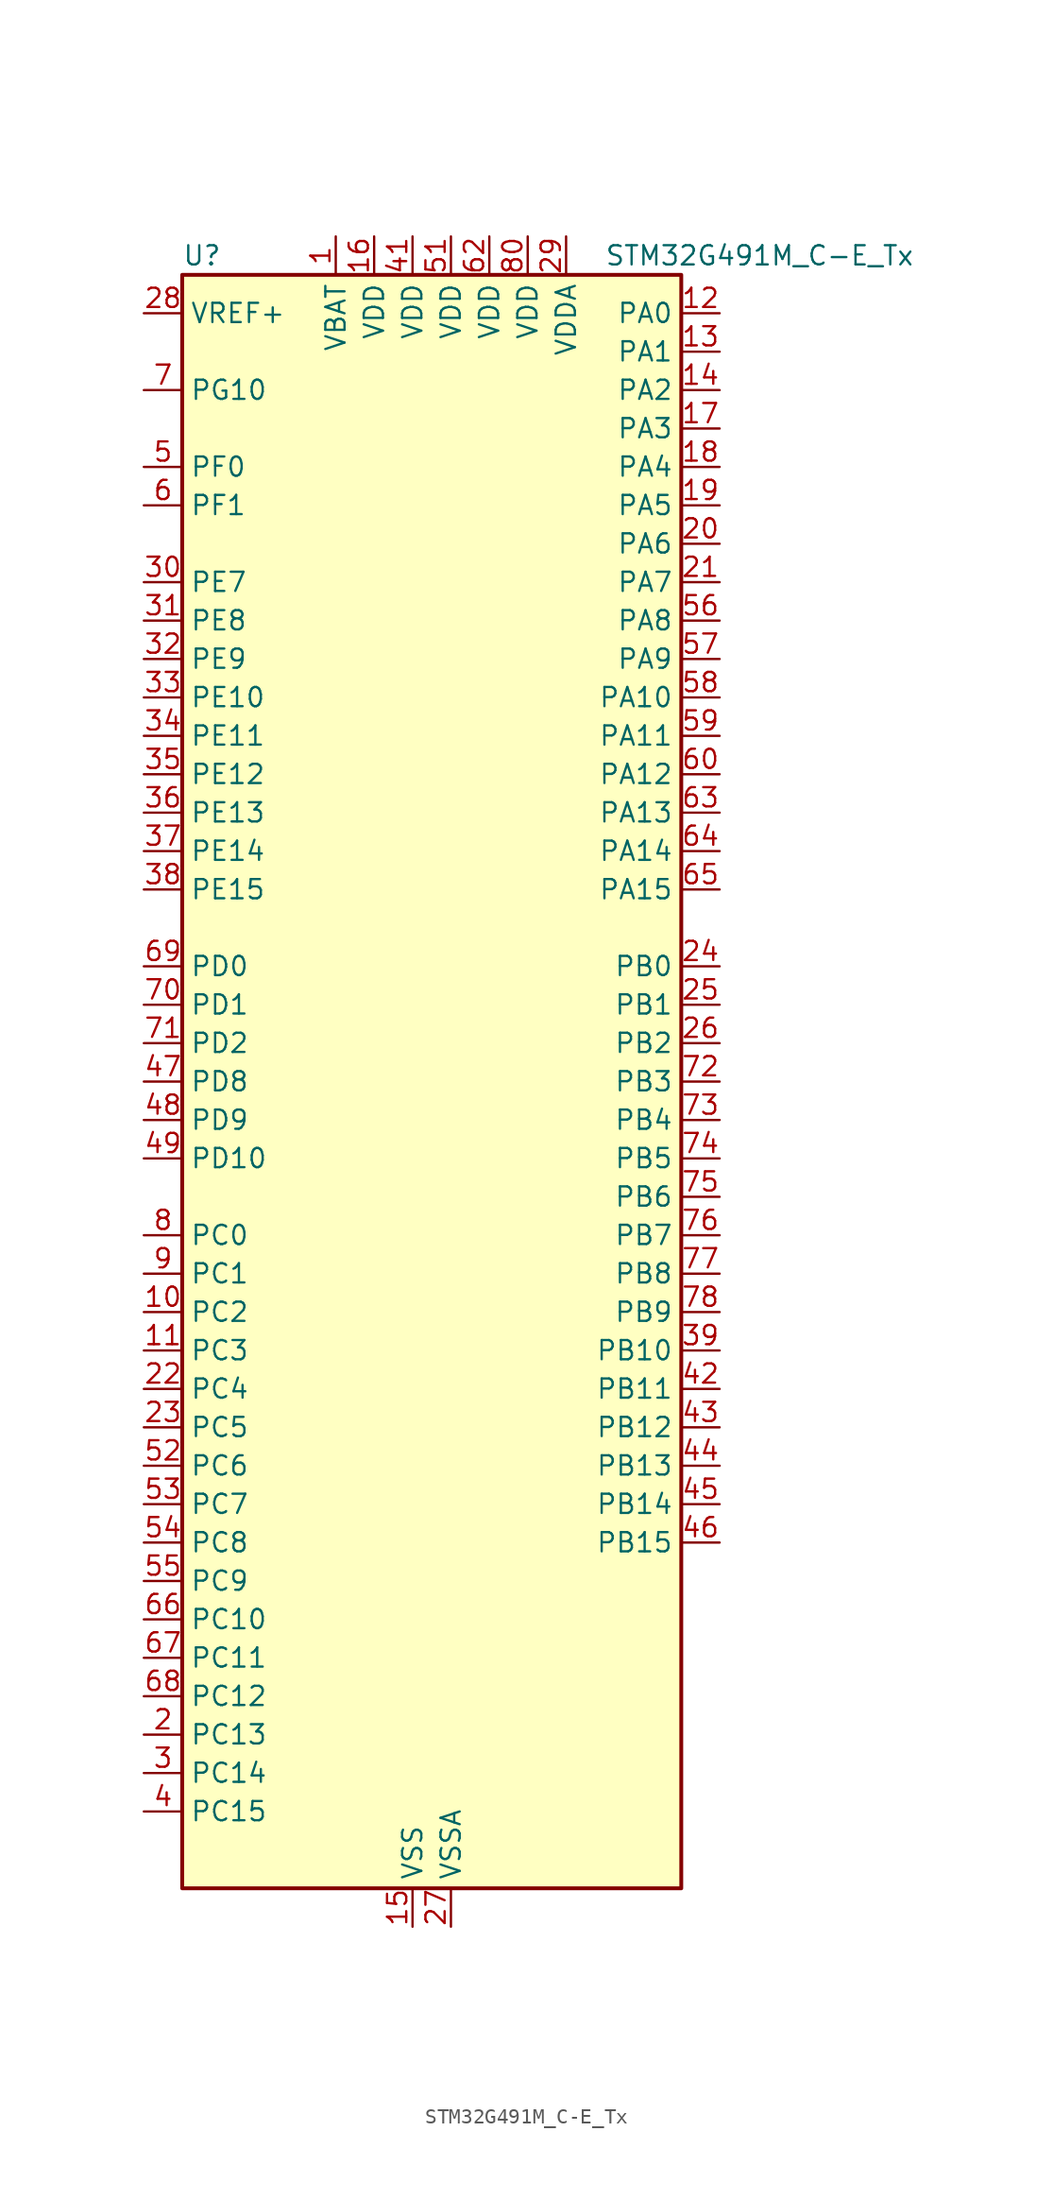
<source format=kicad_sym>
(kicad_symbol_lib
  (version 20220914)
  (generator kicad_symbol_editor)
  (symbol "STM32G491M_C-E_Tx"
    (property "Reference" "U"
      (at -15.24 54.61 0)
      (effects (font (size 1.27 1.27)) (justify left)))
    (property "Value" "STM32G491M_C-E_Tx"
      (at 12.7 54.61 0)
      (effects (font (size 1.27 1.27)) (justify left)))
    (property "ki_locked" ""
      (at 0 0 0)
      (effects (font (size 1.27 1.27))))
    (symbol "STM32G491M_C-E_Tx_0_1"
      (rectangle (start -15.24 -53.34) (end 17.78 53.34) (stroke (width 0.254) (type default)) (fill (type background))))
    (symbol "STM32G491M_C-E_Tx_1_1"
      (pin power_in line (at -5.08 55.88 270) (length 2.54) (name "VBAT" (effects (font (size 1.27 1.27)))) (number "1" (effects (font (size 1.27 1.27)))))
      (pin bidirectional line (at -17.78 -15.24 0) (length 2.54) (name "PC2" (effects (font (size 1.27 1.27)))) (number "10" (effects (font (size 1.27 1.27)))) (alternate "ADC1_IN8" bidirectional line) (alternate "ADC2_IN8" bidirectional line) (alternate "ADC3_EXTI2" bidirectional line) (alternate "COMP3_OUT" bidirectional line) (alternate "LPTIM1_IN2" bidirectional line) (alternate "QUADSPI1_BK2_IO1" bidirectional line) (alternate "TIM1_CH3" bidirectional line) (alternate "TIM20_CH2" bidirectional line))
      (pin bidirectional line (at -17.78 -17.78 0) (length 2.54) (name "PC3" (effects (font (size 1.27 1.27)))) (number "11" (effects (font (size 1.27 1.27)))) (alternate "ADC1_IN9" bidirectional line) (alternate "ADC2_IN9" bidirectional line) (alternate "ADC3_EXTI3" bidirectional line) (alternate "LPTIM1_ETR" bidirectional line) (alternate "QUADSPI1_BK2_IO2" bidirectional line) (alternate "SAI1_D1" bidirectional line) (alternate "SAI1_SD_A" bidirectional line) (alternate "TIM1_BKIN2" bidirectional line) (alternate "TIM1_CH4" bidirectional line))
      (pin bidirectional line (at 20.32 50.8 180) (length 2.54) (name "PA0" (effects (font (size 1.27 1.27)))) (number "12" (effects (font (size 1.27 1.27)))) (alternate "ADC1_IN1" bidirectional line) (alternate "ADC2_IN1" bidirectional line) (alternate "COMP1_INM" bidirectional line) (alternate "COMP1_OUT" bidirectional line) (alternate "COMP3_INP" bidirectional line) (alternate "RTC_TAMP2" bidirectional line) (alternate "SYS_WKUP1" bidirectional line) (alternate "TIM2_CH1" bidirectional line) (alternate "TIM2_ETR" bidirectional line) (alternate "TIM8_BKIN" bidirectional line) (alternate "TIM8_ETR" bidirectional line) (alternate "USART2_CTS" bidirectional line) (alternate "USART2_NSS" bidirectional line))
      (pin bidirectional line (at 20.32 48.26 180) (length 2.54) (name "PA1" (effects (font (size 1.27 1.27)))) (number "13" (effects (font (size 1.27 1.27)))) (alternate "ADC1_IN2" bidirectional line) (alternate "ADC2_IN2" bidirectional line) (alternate "COMP1_INP" bidirectional line) (alternate "OPAMP1_VINP" bidirectional line) (alternate "OPAMP1_VINP_SEC" bidirectional line) (alternate "OPAMP3_VINP" bidirectional line) (alternate "OPAMP3_VINP_SEC" bidirectional line) (alternate "OPAMP6_VINM" bidirectional line) (alternate "OPAMP6_VINM0" bidirectional line) (alternate "OPAMP6_VINM_SEC" bidirectional line) (alternate "RTC_REFIN" bidirectional line) (alternate "TIM15_CH1N" bidirectional line) (alternate "TIM2_CH2" bidirectional line) (alternate "USART2_DE" bidirectional line) (alternate "USART2_RTS" bidirectional line))
      (pin bidirectional line (at 20.32 45.72 180) (length 2.54) (name "PA2" (effects (font (size 1.27 1.27)))) (number "14" (effects (font (size 1.27 1.27)))) (alternate "ADC1_IN3" bidirectional line) (alternate "ADC3_EXTI2" bidirectional line) (alternate "COMP2_INM" bidirectional line) (alternate "COMP2_OUT" bidirectional line) (alternate "LPUART1_TX" bidirectional line) (alternate "OPAMP1_VOUT" bidirectional line) (alternate "QUADSPI1_BK1_NCS" bidirectional line) (alternate "RCC_LSCO" bidirectional line) (alternate "SYS_WKUP4" bidirectional line) (alternate "TIM15_CH1" bidirectional line) (alternate "TIM2_CH3" bidirectional line) (alternate "UCPD1_FRSTX1" bidirectional line) (alternate "UCPD1_FRSTX2" bidirectional line) (alternate "USART2_TX" bidirectional line))
      (pin power_in line (at 0 -55.88 90) (length 2.54) (name "VSS" (effects (font (size 1.27 1.27)))) (number "15" (effects (font (size 1.27 1.27)))))
      (pin power_in line (at -2.54 55.88 270) (length 2.54) (name "VDD" (effects (font (size 1.27 1.27)))) (number "16" (effects (font (size 1.27 1.27)))))
      (pin bidirectional line (at 20.32 43.18 180) (length 2.54) (name "PA3" (effects (font (size 1.27 1.27)))) (number "17" (effects (font (size 1.27 1.27)))) (alternate "ADC1_IN4" bidirectional line) (alternate "ADC3_EXTI3" bidirectional line) (alternate "COMP2_INP" bidirectional line) (alternate "LPUART1_RX" bidirectional line) (alternate "OPAMP1_VINM" bidirectional line) (alternate "OPAMP1_VINM0" bidirectional line) (alternate "OPAMP1_VINM_SEC" bidirectional line) (alternate "OPAMP1_VINP" bidirectional line) (alternate "OPAMP1_VINP_SEC" bidirectional line) (alternate "QUADSPI1_CLK" bidirectional line) (alternate "SAI1_CK1" bidirectional line) (alternate "SAI1_MCLK_A" bidirectional line) (alternate "TIM15_CH2" bidirectional line) (alternate "TIM2_CH4" bidirectional line) (alternate "USART2_RX" bidirectional line))
      (pin bidirectional line (at 20.32 40.64 180) (length 2.54) (name "PA4" (effects (font (size 1.27 1.27)))) (number "18" (effects (font (size 1.27 1.27)))) (alternate "ADC2_IN17" bidirectional line) (alternate "COMP1_INM" bidirectional line) (alternate "DAC1_OUT1" bidirectional line) (alternate "I2S3_WS" bidirectional line) (alternate "SAI1_FS_B" bidirectional line) (alternate "SPI1_NSS" bidirectional line) (alternate "SPI3_NSS" bidirectional line) (alternate "TIM3_CH2" bidirectional line) (alternate "USART2_CK" bidirectional line))
      (pin bidirectional line (at 20.32 38.1 180) (length 2.54) (name "PA5" (effects (font (size 1.27 1.27)))) (number "19" (effects (font (size 1.27 1.27)))) (alternate "ADC2_IN13" bidirectional line) (alternate "COMP2_INM" bidirectional line) (alternate "DAC1_OUT2" bidirectional line) (alternate "OPAMP2_VINM" bidirectional line) (alternate "OPAMP2_VINM0" bidirectional line) (alternate "OPAMP2_VINM_SEC" bidirectional line) (alternate "SPI1_SCK" bidirectional line) (alternate "TIM2_CH1" bidirectional line) (alternate "TIM2_ETR" bidirectional line) (alternate "UCPD1_FRSTX1" bidirectional line) (alternate "UCPD1_FRSTX2" bidirectional line))
      (pin bidirectional line (at -17.78 -43.18 0) (length 2.54) (name "PC13" (effects (font (size 1.27 1.27)))) (number "2" (effects (font (size 1.27 1.27)))) (alternate "RTC_OUT1" bidirectional line) (alternate "RTC_TAMP1" bidirectional line) (alternate "RTC_TS" bidirectional line) (alternate "SYS_WKUP2" bidirectional line) (alternate "TIM1_BKIN" bidirectional line) (alternate "TIM1_CH1N" bidirectional line) (alternate "TIM8_CH4N" bidirectional line))
      (pin bidirectional line (at 20.32 35.56 180) (length 2.54) (name "PA6" (effects (font (size 1.27 1.27)))) (number "20" (effects (font (size 1.27 1.27)))) (alternate "ADC2_IN3" bidirectional line) (alternate "COMP1_OUT" bidirectional line) (alternate "LPUART1_CTS" bidirectional line) (alternate "OPAMP2_VOUT" bidirectional line) (alternate "QUADSPI1_BK1_IO3" bidirectional line) (alternate "SPI1_MISO" bidirectional line) (alternate "TIM16_CH1" bidirectional line) (alternate "TIM1_BKIN" bidirectional line) (alternate "TIM3_CH1" bidirectional line) (alternate "TIM8_BKIN" bidirectional line))
      (pin bidirectional line (at 20.32 33.02 180) (length 2.54) (name "PA7" (effects (font (size 1.27 1.27)))) (number "21" (effects (font (size 1.27 1.27)))) (alternate "ADC2_IN4" bidirectional line) (alternate "COMP2_INP" bidirectional line) (alternate "COMP2_OUT" bidirectional line) (alternate "OPAMP1_VINP" bidirectional line) (alternate "OPAMP1_VINP_SEC" bidirectional line) (alternate "OPAMP2_VINP" bidirectional line) (alternate "OPAMP2_VINP_SEC" bidirectional line) (alternate "QUADSPI1_BK1_IO2" bidirectional line) (alternate "SPI1_MOSI" bidirectional line) (alternate "TIM17_CH1" bidirectional line) (alternate "TIM1_CH1N" bidirectional line) (alternate "TIM3_CH2" bidirectional line) (alternate "TIM8_CH1N" bidirectional line) (alternate "UCPD1_FRSTX1" bidirectional line) (alternate "UCPD1_FRSTX2" bidirectional line))
      (pin bidirectional line (at -17.78 -20.32 0) (length 2.54) (name "PC4" (effects (font (size 1.27 1.27)))) (number "22" (effects (font (size 1.27 1.27)))) (alternate "ADC2_IN5" bidirectional line) (alternate "I2C2_SCL" bidirectional line) (alternate "QUADSPI1_BK2_IO3" bidirectional line) (alternate "TIM1_ETR" bidirectional line) (alternate "USART1_TX" bidirectional line))
      (pin bidirectional line (at -17.78 -22.86 0) (length 2.54) (name "PC5" (effects (font (size 1.27 1.27)))) (number "23" (effects (font (size 1.27 1.27)))) (alternate "ADC2_IN11" bidirectional line) (alternate "OPAMP1_VINM" bidirectional line) (alternate "OPAMP1_VINM1" bidirectional line) (alternate "OPAMP1_VINM_SEC" bidirectional line) (alternate "OPAMP2_VINM" bidirectional line) (alternate "OPAMP2_VINM1" bidirectional line) (alternate "OPAMP2_VINM_SEC" bidirectional line) (alternate "SAI1_D3" bidirectional line) (alternate "SYS_WKUP5" bidirectional line) (alternate "TIM15_BKIN" bidirectional line) (alternate "TIM1_CH4N" bidirectional line) (alternate "USART1_RX" bidirectional line))
      (pin bidirectional line (at 20.32 7.62 180) (length 2.54) (name "PB0" (effects (font (size 1.27 1.27)))) (number "24" (effects (font (size 1.27 1.27)))) (alternate "ADC1_IN15" bidirectional line) (alternate "ADC3_IN12" bidirectional line) (alternate "COMP4_INP" bidirectional line) (alternate "OPAMP2_VINP" bidirectional line) (alternate "OPAMP2_VINP_SEC" bidirectional line) (alternate "OPAMP3_VINP" bidirectional line) (alternate "OPAMP3_VINP_SEC" bidirectional line) (alternate "QUADSPI1_BK1_IO1" bidirectional line) (alternate "TIM1_CH2N" bidirectional line) (alternate "TIM3_CH3" bidirectional line) (alternate "TIM8_CH2N" bidirectional line) (alternate "UCPD1_FRSTX1" bidirectional line) (alternate "UCPD1_FRSTX2" bidirectional line))
      (pin bidirectional line (at 20.32 5.08 180) (length 2.54) (name "PB1" (effects (font (size 1.27 1.27)))) (number "25" (effects (font (size 1.27 1.27)))) (alternate "ADC1_IN12" bidirectional line) (alternate "ADC3_IN1" bidirectional line) (alternate "COMP1_INP" bidirectional line) (alternate "COMP4_OUT" bidirectional line) (alternate "LPUART1_DE" bidirectional line) (alternate "LPUART1_RTS" bidirectional line) (alternate "OPAMP3_VOUT" bidirectional line) (alternate "OPAMP6_VINM" bidirectional line) (alternate "OPAMP6_VINM1" bidirectional line) (alternate "OPAMP6_VINM_SEC" bidirectional line) (alternate "QUADSPI1_BK1_IO0" bidirectional line) (alternate "TIM1_CH3N" bidirectional line) (alternate "TIM3_CH4" bidirectional line) (alternate "TIM8_CH3N" bidirectional line))
      (pin bidirectional line (at 20.32 2.54 180) (length 2.54) (name "PB2" (effects (font (size 1.27 1.27)))) (number "26" (effects (font (size 1.27 1.27)))) (alternate "ADC2_IN12" bidirectional line) (alternate "ADC3_EXTI2" bidirectional line) (alternate "COMP4_INM" bidirectional line) (alternate "I2C3_SMBA" bidirectional line) (alternate "LPTIM1_OUT" bidirectional line) (alternate "OPAMP3_VINM" bidirectional line) (alternate "OPAMP3_VINM0" bidirectional line) (alternate "OPAMP3_VINM_SEC" bidirectional line) (alternate "QUADSPI1_BK2_IO1" bidirectional line) (alternate "RTC_OUT2" bidirectional line) (alternate "TIM20_CH1" bidirectional line))
      (pin power_in line (at 2.54 -55.88 90) (length 2.54) (name "VSSA" (effects (font (size 1.27 1.27)))) (number "27" (effects (font (size 1.27 1.27)))))
      (pin input line (at -17.78 50.8 0) (length 2.54) (name "VREF+" (effects (font (size 1.27 1.27)))) (number "28" (effects (font (size 1.27 1.27)))) (alternate "VREFBUF_OUT" bidirectional line))
      (pin power_in line (at 10.16 55.88 270) (length 2.54) (name "VDDA" (effects (font (size 1.27 1.27)))) (number "29" (effects (font (size 1.27 1.27)))))
      (pin bidirectional line (at -17.78 -45.72 0) (length 2.54) (name "PC14" (effects (font (size 1.27 1.27)))) (number "3" (effects (font (size 1.27 1.27)))) (alternate "RCC_OSC32_IN" bidirectional line))
      (pin bidirectional line (at -17.78 33.02 0) (length 2.54) (name "PE7" (effects (font (size 1.27 1.27)))) (number "30" (effects (font (size 1.27 1.27)))) (alternate "ADC3_IN4" bidirectional line) (alternate "COMP4_INP" bidirectional line) (alternate "SAI1_SD_B" bidirectional line) (alternate "TIM1_ETR" bidirectional line))
      (pin bidirectional line (at -17.78 30.48 0) (length 2.54) (name "PE8" (effects (font (size 1.27 1.27)))) (number "31" (effects (font (size 1.27 1.27)))) (alternate "ADC3_IN6" bidirectional line) (alternate "COMP4_INM" bidirectional line) (alternate "SAI1_SCK_B" bidirectional line) (alternate "TIM1_CH1N" bidirectional line))
      (pin bidirectional line (at -17.78 27.94 0) (length 2.54) (name "PE9" (effects (font (size 1.27 1.27)))) (number "32" (effects (font (size 1.27 1.27)))) (alternate "ADC3_IN2" bidirectional line) (alternate "DAC1_EXTI9" bidirectional line) (alternate "DAC3_EXTI9" bidirectional line) (alternate "SAI1_FS_B" bidirectional line) (alternate "TIM1_CH1" bidirectional line))
      (pin bidirectional line (at -17.78 25.4 0) (length 2.54) (name "PE10" (effects (font (size 1.27 1.27)))) (number "33" (effects (font (size 1.27 1.27)))) (alternate "ADC3_IN14" bidirectional line) (alternate "DAC1_EXTI10" bidirectional line) (alternate "DAC3_EXTI10" bidirectional line) (alternate "QUADSPI1_CLK" bidirectional line) (alternate "SAI1_MCLK_B" bidirectional line) (alternate "TIM1_CH2N" bidirectional line))
      (pin bidirectional line (at -17.78 22.86 0) (length 2.54) (name "PE11" (effects (font (size 1.27 1.27)))) (number "34" (effects (font (size 1.27 1.27)))) (alternate "ADC1_EXTI11" bidirectional line) (alternate "ADC2_EXTI11" bidirectional line) (alternate "ADC3_IN15" bidirectional line) (alternate "QUADSPI1_BK1_NCS" bidirectional line) (alternate "TIM1_CH2" bidirectional line))
      (pin bidirectional line (at -17.78 20.32 0) (length 2.54) (name "PE12" (effects (font (size 1.27 1.27)))) (number "35" (effects (font (size 1.27 1.27)))) (alternate "ADC3_IN16" bidirectional line) (alternate "QUADSPI1_BK1_IO0" bidirectional line) (alternate "TIM1_CH3N" bidirectional line))
      (pin bidirectional line (at -17.78 17.78 0) (length 2.54) (name "PE13" (effects (font (size 1.27 1.27)))) (number "36" (effects (font (size 1.27 1.27)))) (alternate "ADC3_IN3" bidirectional line) (alternate "QUADSPI1_BK1_IO1" bidirectional line) (alternate "TIM1_CH3" bidirectional line))
      (pin bidirectional line (at -17.78 15.24 0) (length 2.54) (name "PE14" (effects (font (size 1.27 1.27)))) (number "37" (effects (font (size 1.27 1.27)))) (alternate "QUADSPI1_BK1_IO2" bidirectional line) (alternate "TIM1_BKIN2" bidirectional line) (alternate "TIM1_CH4" bidirectional line))
      (pin bidirectional line (at -17.78 12.7 0) (length 2.54) (name "PE15" (effects (font (size 1.27 1.27)))) (number "38" (effects (font (size 1.27 1.27)))) (alternate "ADC1_EXTI15" bidirectional line) (alternate "ADC2_EXTI15" bidirectional line) (alternate "QUADSPI1_BK1_IO3" bidirectional line) (alternate "TIM1_BKIN" bidirectional line) (alternate "TIM1_CH4N" bidirectional line) (alternate "USART3_RX" bidirectional line))
      (pin bidirectional line (at 20.32 -17.78 180) (length 2.54) (name "PB10" (effects (font (size 1.27 1.27)))) (number "39" (effects (font (size 1.27 1.27)))) (alternate "DAC1_EXTI10" bidirectional line) (alternate "DAC3_EXTI10" bidirectional line) (alternate "LPUART1_RX" bidirectional line) (alternate "OPAMP3_VINM" bidirectional line) (alternate "OPAMP3_VINM1" bidirectional line) (alternate "OPAMP3_VINM_SEC" bidirectional line) (alternate "QUADSPI1_CLK" bidirectional line) (alternate "SAI1_SCK_A" bidirectional line) (alternate "TIM1_BKIN" bidirectional line) (alternate "TIM2_CH3" bidirectional line) (alternate "USART3_TX" bidirectional line))
      (pin bidirectional line (at -17.78 -48.26 0) (length 2.54) (name "PC15" (effects (font (size 1.27 1.27)))) (number "4" (effects (font (size 1.27 1.27)))) (alternate "ADC1_EXTI15" bidirectional line) (alternate "ADC2_EXTI15" bidirectional line) (alternate "RCC_OSC32_OUT" bidirectional line))
      (pin passive line (at 0 -55.88 90) (length 2.54) hide (name "VSS" (effects (font (size 1.27 1.27)))) (number "40" (effects (font (size 1.27 1.27)))))
      (pin power_in line (at 0 55.88 270) (length 2.54) (name "VDD" (effects (font (size 1.27 1.27)))) (number "41" (effects (font (size 1.27 1.27)))))
      (pin bidirectional line (at 20.32 -20.32 180) (length 2.54) (name "PB11" (effects (font (size 1.27 1.27)))) (number "42" (effects (font (size 1.27 1.27)))) (alternate "ADC1_EXTI11" bidirectional line) (alternate "ADC1_IN14" bidirectional line) (alternate "ADC2_EXTI11" bidirectional line) (alternate "ADC2_IN14" bidirectional line) (alternate "LPUART1_TX" bidirectional line) (alternate "OPAMP6_VOUT" bidirectional line) (alternate "QUADSPI1_BK1_NCS" bidirectional line) (alternate "TIM2_CH4" bidirectional line) (alternate "USART3_RX" bidirectional line))
      (pin bidirectional line (at 20.32 -22.86 180) (length 2.54) (name "PB12" (effects (font (size 1.27 1.27)))) (number "43" (effects (font (size 1.27 1.27)))) (alternate "ADC1_IN11" bidirectional line) (alternate "FDCAN2_RX" bidirectional line) (alternate "I2C2_SMBA" bidirectional line) (alternate "I2S2_WS" bidirectional line) (alternate "LPUART1_DE" bidirectional line) (alternate "LPUART1_RTS" bidirectional line) (alternate "OPAMP6_VINP" bidirectional line) (alternate "OPAMP6_VINP_SEC" bidirectional line) (alternate "SPI2_NSS" bidirectional line) (alternate "TIM1_BKIN" bidirectional line) (alternate "USART3_CK" bidirectional line))
      (pin bidirectional line (at 20.32 -25.4 180) (length 2.54) (name "PB13" (effects (font (size 1.27 1.27)))) (number "44" (effects (font (size 1.27 1.27)))) (alternate "ADC3_IN5" bidirectional line) (alternate "FDCAN2_TX" bidirectional line) (alternate "I2S2_CK" bidirectional line) (alternate "LPUART1_CTS" bidirectional line) (alternate "OPAMP3_VINP" bidirectional line) (alternate "OPAMP3_VINP_SEC" bidirectional line) (alternate "OPAMP6_VINP" bidirectional line) (alternate "OPAMP6_VINP_SEC" bidirectional line) (alternate "SPI2_SCK" bidirectional line) (alternate "TIM1_CH1N" bidirectional line) (alternate "USART3_CTS" bidirectional line) (alternate "USART3_NSS" bidirectional line))
      (pin bidirectional line (at 20.32 -27.94 180) (length 2.54) (name "PB14" (effects (font (size 1.27 1.27)))) (number "45" (effects (font (size 1.27 1.27)))) (alternate "ADC1_IN5" bidirectional line) (alternate "COMP4_OUT" bidirectional line) (alternate "OPAMP2_VINP" bidirectional line) (alternate "OPAMP2_VINP_SEC" bidirectional line) (alternate "SPI2_MISO" bidirectional line) (alternate "TIM15_CH1" bidirectional line) (alternate "TIM1_CH2N" bidirectional line) (alternate "USART3_DE" bidirectional line) (alternate "USART3_RTS" bidirectional line))
      (pin bidirectional line (at 20.32 -30.48 180) (length 2.54) (name "PB15" (effects (font (size 1.27 1.27)))) (number "46" (effects (font (size 1.27 1.27)))) (alternate "ADC1_EXTI15" bidirectional line) (alternate "ADC2_EXTI15" bidirectional line) (alternate "ADC2_IN15" bidirectional line) (alternate "COMP3_OUT" bidirectional line) (alternate "I2S2_SD" bidirectional line) (alternate "RTC_REFIN" bidirectional line) (alternate "SPI2_MOSI" bidirectional line) (alternate "TIM15_CH1N" bidirectional line) (alternate "TIM15_CH2" bidirectional line) (alternate "TIM1_CH3N" bidirectional line))
      (pin bidirectional line (at -17.78 0 0) (length 2.54) (name "PD8" (effects (font (size 1.27 1.27)))) (number "47" (effects (font (size 1.27 1.27)))) (alternate "USART3_TX" bidirectional line))
      (pin bidirectional line (at -17.78 -2.54 0) (length 2.54) (name "PD9" (effects (font (size 1.27 1.27)))) (number "48" (effects (font (size 1.27 1.27)))) (alternate "DAC1_EXTI9" bidirectional line) (alternate "DAC3_EXTI9" bidirectional line) (alternate "OPAMP6_VINP" bidirectional line) (alternate "OPAMP6_VINP_SEC" bidirectional line) (alternate "USART3_RX" bidirectional line))
      (pin bidirectional line (at -17.78 -5.08 0) (length 2.54) (name "PD10" (effects (font (size 1.27 1.27)))) (number "49" (effects (font (size 1.27 1.27)))) (alternate "ADC3_IN7" bidirectional line) (alternate "DAC1_EXTI10" bidirectional line) (alternate "DAC3_EXTI10" bidirectional line) (alternate "USART3_CK" bidirectional line))
      (pin bidirectional line (at -17.78 40.64 0) (length 2.54) (name "PF0" (effects (font (size 1.27 1.27)))) (number "5" (effects (font (size 1.27 1.27)))) (alternate "ADC1_IN10" bidirectional line) (alternate "I2C2_SDA" bidirectional line) (alternate "I2S2_WS" bidirectional line) (alternate "RCC_OSC_IN" bidirectional line) (alternate "SPI2_NSS" bidirectional line) (alternate "TIM1_CH3N" bidirectional line))
      (pin passive line (at 0 -55.88 90) (length 2.54) hide (name "VSS" (effects (font (size 1.27 1.27)))) (number "50" (effects (font (size 1.27 1.27)))))
      (pin power_in line (at 2.54 55.88 270) (length 2.54) (name "VDD" (effects (font (size 1.27 1.27)))) (number "51" (effects (font (size 1.27 1.27)))))
      (pin bidirectional line (at -17.78 -25.4 0) (length 2.54) (name "PC6" (effects (font (size 1.27 1.27)))) (number "52" (effects (font (size 1.27 1.27)))) (alternate "I2S2_MCK" bidirectional line) (alternate "TIM3_CH1" bidirectional line) (alternate "TIM8_CH1" bidirectional line))
      (pin bidirectional line (at -17.78 -27.94 0) (length 2.54) (name "PC7" (effects (font (size 1.27 1.27)))) (number "53" (effects (font (size 1.27 1.27)))) (alternate "I2S3_MCK" bidirectional line) (alternate "TIM3_CH2" bidirectional line) (alternate "TIM8_CH2" bidirectional line))
      (pin bidirectional line (at -17.78 -30.48 0) (length 2.54) (name "PC8" (effects (font (size 1.27 1.27)))) (number "54" (effects (font (size 1.27 1.27)))) (alternate "I2C3_SCL" bidirectional line) (alternate "TIM20_CH3" bidirectional line) (alternate "TIM3_CH3" bidirectional line) (alternate "TIM8_CH3" bidirectional line))
      (pin bidirectional line (at -17.78 -33.02 0) (length 2.54) (name "PC9" (effects (font (size 1.27 1.27)))) (number "55" (effects (font (size 1.27 1.27)))) (alternate "DAC1_EXTI9" bidirectional line) (alternate "DAC3_EXTI9" bidirectional line) (alternate "I2C3_SDA" bidirectional line) (alternate "I2S_CKIN" bidirectional line) (alternate "TIM3_CH4" bidirectional line) (alternate "TIM8_BKIN2" bidirectional line) (alternate "TIM8_CH4" bidirectional line))
      (pin bidirectional line (at 20.32 30.48 180) (length 2.54) (name "PA8" (effects (font (size 1.27 1.27)))) (number "56" (effects (font (size 1.27 1.27)))) (alternate "I2C2_SDA" bidirectional line) (alternate "I2C3_SCL" bidirectional line) (alternate "I2S2_MCK" bidirectional line) (alternate "RCC_MCO" bidirectional line) (alternate "SAI1_CK2" bidirectional line) (alternate "SAI1_SCK_A" bidirectional line) (alternate "TIM1_CH1" bidirectional line) (alternate "TIM4_ETR" bidirectional line) (alternate "USART1_CK" bidirectional line))
      (pin bidirectional line (at 20.32 27.94 180) (length 2.54) (name "PA9" (effects (font (size 1.27 1.27)))) (number "57" (effects (font (size 1.27 1.27)))) (alternate "DAC1_EXTI9" bidirectional line) (alternate "DAC3_EXTI9" bidirectional line) (alternate "I2C2_SCL" bidirectional line) (alternate "I2C3_SMBA" bidirectional line) (alternate "I2S3_MCK" bidirectional line) (alternate "SAI1_FS_A" bidirectional line) (alternate "TIM15_BKIN" bidirectional line) (alternate "TIM1_CH2" bidirectional line) (alternate "TIM2_CH3" bidirectional line) (alternate "UCPD1_DBCC1" bidirectional line) (alternate "USART1_TX" bidirectional line))
      (pin bidirectional line (at 20.32 25.4 180) (length 2.54) (name "PA10" (effects (font (size 1.27 1.27)))) (number "58" (effects (font (size 1.27 1.27)))) (alternate "CRS_SYNC" bidirectional line) (alternate "DAC1_EXTI10" bidirectional line) (alternate "DAC3_EXTI10" bidirectional line) (alternate "I2C2_SMBA" bidirectional line) (alternate "SAI1_D1" bidirectional line) (alternate "SAI1_SD_A" bidirectional line) (alternate "SPI2_MISO" bidirectional line) (alternate "TIM17_BKIN" bidirectional line) (alternate "TIM1_CH3" bidirectional line) (alternate "TIM2_CH4" bidirectional line) (alternate "TIM8_BKIN" bidirectional line) (alternate "UCPD1_DBCC2" bidirectional line) (alternate "USART1_RX" bidirectional line))
      (pin bidirectional line (at 20.32 22.86 180) (length 2.54) (name "PA11" (effects (font (size 1.27 1.27)))) (number "59" (effects (font (size 1.27 1.27)))) (alternate "ADC1_EXTI11" bidirectional line) (alternate "ADC2_EXTI11" bidirectional line) (alternate "COMP1_OUT" bidirectional line) (alternate "FDCAN1_RX" bidirectional line) (alternate "I2S2_SD" bidirectional line) (alternate "SPI2_MOSI" bidirectional line) (alternate "TIM1_BKIN2" bidirectional line) (alternate "TIM1_CH1N" bidirectional line) (alternate "TIM1_CH4" bidirectional line) (alternate "TIM4_CH1" bidirectional line) (alternate "USART1_CTS" bidirectional line) (alternate "USART1_NSS" bidirectional line) (alternate "USB_DM" bidirectional line))
      (pin bidirectional line (at -17.78 38.1 0) (length 2.54) (name "PF1" (effects (font (size 1.27 1.27)))) (number "6" (effects (font (size 1.27 1.27)))) (alternate "ADC2_IN10" bidirectional line) (alternate "COMP3_INM" bidirectional line) (alternate "I2S2_CK" bidirectional line) (alternate "RCC_OSC_OUT" bidirectional line) (alternate "SPI2_SCK" bidirectional line))
      (pin bidirectional line (at 20.32 20.32 180) (length 2.54) (name "PA12" (effects (font (size 1.27 1.27)))) (number "60" (effects (font (size 1.27 1.27)))) (alternate "COMP2_OUT" bidirectional line) (alternate "FDCAN1_TX" bidirectional line) (alternate "I2S_CKIN" bidirectional line) (alternate "TIM16_CH1" bidirectional line) (alternate "TIM1_CH2N" bidirectional line) (alternate "TIM1_ETR" bidirectional line) (alternate "TIM4_CH2" bidirectional line) (alternate "USART1_DE" bidirectional line) (alternate "USART1_RTS" bidirectional line) (alternate "USB_DP" bidirectional line))
      (pin passive line (at 0 -55.88 90) (length 2.54) hide (name "VSS" (effects (font (size 1.27 1.27)))) (number "61" (effects (font (size 1.27 1.27)))))
      (pin power_in line (at 5.08 55.88 270) (length 2.54) (name "VDD" (effects (font (size 1.27 1.27)))) (number "62" (effects (font (size 1.27 1.27)))))
      (pin bidirectional line (at 20.32 17.78 180) (length 2.54) (name "PA13" (effects (font (size 1.27 1.27)))) (number "63" (effects (font (size 1.27 1.27)))) (alternate "I2C1_SCL" bidirectional line) (alternate "IR_OUT" bidirectional line) (alternate "SAI1_SD_B" bidirectional line) (alternate "SYS_JTMS-SWDIO" bidirectional line) (alternate "TIM16_CH1N" bidirectional line) (alternate "TIM4_CH3" bidirectional line) (alternate "USART3_CTS" bidirectional line) (alternate "USART3_NSS" bidirectional line))
      (pin bidirectional line (at 20.32 15.24 180) (length 2.54) (name "PA14" (effects (font (size 1.27 1.27)))) (number "64" (effects (font (size 1.27 1.27)))) (alternate "I2C1_SDA" bidirectional line) (alternate "LPTIM1_OUT" bidirectional line) (alternate "SAI1_FS_B" bidirectional line) (alternate "SYS_JTCK-SWCLK" bidirectional line) (alternate "TIM1_BKIN" bidirectional line) (alternate "TIM8_CH2" bidirectional line) (alternate "USART2_TX" bidirectional line))
      (pin bidirectional line (at 20.32 12.7 180) (length 2.54) (name "PA15" (effects (font (size 1.27 1.27)))) (number "65" (effects (font (size 1.27 1.27)))) (alternate "ADC1_EXTI15" bidirectional line) (alternate "ADC2_EXTI15" bidirectional line) (alternate "I2C1_SCL" bidirectional line) (alternate "I2S3_WS" bidirectional line) (alternate "SPI1_NSS" bidirectional line) (alternate "SPI3_NSS" bidirectional line) (alternate "SYS_JTDI" bidirectional line) (alternate "TIM1_BKIN" bidirectional line) (alternate "TIM20_ETR" bidirectional line) (alternate "TIM2_CH1" bidirectional line) (alternate "TIM2_ETR" bidirectional line) (alternate "TIM8_CH1" bidirectional line) (alternate "UART4_DE" bidirectional line) (alternate "UART4_RTS" bidirectional line) (alternate "USART2_RX" bidirectional line))
      (pin bidirectional line (at -17.78 -35.56 0) (length 2.54) (name "PC10" (effects (font (size 1.27 1.27)))) (number "66" (effects (font (size 1.27 1.27)))) (alternate "DAC1_EXTI10" bidirectional line) (alternate "DAC3_EXTI10" bidirectional line) (alternate "I2S3_CK" bidirectional line) (alternate "SPI3_SCK" bidirectional line) (alternate "TIM8_CH1N" bidirectional line) (alternate "UART4_TX" bidirectional line) (alternate "USART3_TX" bidirectional line))
      (pin bidirectional line (at -17.78 -38.1 0) (length 2.54) (name "PC11" (effects (font (size 1.27 1.27)))) (number "67" (effects (font (size 1.27 1.27)))) (alternate "ADC1_EXTI11" bidirectional line) (alternate "ADC2_EXTI11" bidirectional line) (alternate "I2C3_SDA" bidirectional line) (alternate "SPI3_MISO" bidirectional line) (alternate "TIM8_CH2N" bidirectional line) (alternate "UART4_RX" bidirectional line) (alternate "USART3_RX" bidirectional line))
      (pin bidirectional line (at -17.78 -40.64 0) (length 2.54) (name "PC12" (effects (font (size 1.27 1.27)))) (number "68" (effects (font (size 1.27 1.27)))) (alternate "I2S3_SD" bidirectional line) (alternate "SPI3_MOSI" bidirectional line) (alternate "TIM8_CH3N" bidirectional line) (alternate "UART5_TX" bidirectional line) (alternate "UCPD1_FRSTX1" bidirectional line) (alternate "UCPD1_FRSTX2" bidirectional line) (alternate "USART3_CK" bidirectional line))
      (pin bidirectional line (at -17.78 7.62 0) (length 2.54) (name "PD0" (effects (font (size 1.27 1.27)))) (number "69" (effects (font (size 1.27 1.27)))) (alternate "FDCAN1_RX" bidirectional line) (alternate "TIM8_CH4N" bidirectional line))
      (pin bidirectional line (at -17.78 45.72 0) (length 2.54) (name "PG10" (effects (font (size 1.27 1.27)))) (number "7" (effects (font (size 1.27 1.27)))) (alternate "DAC1_EXTI10" bidirectional line) (alternate "DAC3_EXTI10" bidirectional line) (alternate "RCC_MCO" bidirectional line))
      (pin bidirectional line (at -17.78 5.08 0) (length 2.54) (name "PD1" (effects (font (size 1.27 1.27)))) (number "70" (effects (font (size 1.27 1.27)))) (alternate "FDCAN1_TX" bidirectional line) (alternate "TIM8_BKIN2" bidirectional line) (alternate "TIM8_CH4" bidirectional line))
      (pin bidirectional line (at -17.78 2.54 0) (length 2.54) (name "PD2" (effects (font (size 1.27 1.27)))) (number "71" (effects (font (size 1.27 1.27)))) (alternate "ADC3_EXTI2" bidirectional line) (alternate "TIM3_ETR" bidirectional line) (alternate "TIM8_BKIN" bidirectional line) (alternate "UART5_RX" bidirectional line))
      (pin bidirectional line (at 20.32 0 180) (length 2.54) (name "PB3" (effects (font (size 1.27 1.27)))) (number "72" (effects (font (size 1.27 1.27)))) (alternate "ADC3_EXTI3" bidirectional line) (alternate "CRS_SYNC" bidirectional line) (alternate "I2S3_CK" bidirectional line) (alternate "SAI1_SCK_B" bidirectional line) (alternate "SPI1_SCK" bidirectional line) (alternate "SPI3_SCK" bidirectional line) (alternate "SYS_JTDO-SWO" bidirectional line) (alternate "TIM2_CH2" bidirectional line) (alternate "TIM3_ETR" bidirectional line) (alternate "TIM4_ETR" bidirectional line) (alternate "TIM8_CH1N" bidirectional line) (alternate "USART2_TX" bidirectional line))
      (pin bidirectional line (at 20.32 -2.54 180) (length 2.54) (name "PB4" (effects (font (size 1.27 1.27)))) (number "73" (effects (font (size 1.27 1.27)))) (alternate "SAI1_MCLK_B" bidirectional line) (alternate "SPI1_MISO" bidirectional line) (alternate "SPI3_MISO" bidirectional line) (alternate "SYS_JTRST" bidirectional line) (alternate "TIM16_CH1" bidirectional line) (alternate "TIM17_BKIN" bidirectional line) (alternate "TIM3_CH1" bidirectional line) (alternate "TIM8_CH2N" bidirectional line) (alternate "UART5_DE" bidirectional line) (alternate "UART5_RTS" bidirectional line) (alternate "UCPD1_CC2" bidirectional line) (alternate "USART2_RX" bidirectional line))
      (pin bidirectional line (at 20.32 -5.08 180) (length 2.54) (name "PB5" (effects (font (size 1.27 1.27)))) (number "74" (effects (font (size 1.27 1.27)))) (alternate "FDCAN2_RX" bidirectional line) (alternate "I2C1_SMBA" bidirectional line) (alternate "I2C3_SDA" bidirectional line) (alternate "I2S3_SD" bidirectional line) (alternate "LPTIM1_IN1" bidirectional line) (alternate "SAI1_SD_B" bidirectional line) (alternate "SPI1_MOSI" bidirectional line) (alternate "SPI3_MOSI" bidirectional line) (alternate "TIM16_BKIN" bidirectional line) (alternate "TIM17_CH1" bidirectional line) (alternate "TIM3_CH2" bidirectional line) (alternate "TIM8_CH3N" bidirectional line) (alternate "UART5_CTS" bidirectional line) (alternate "USART2_CK" bidirectional line))
      (pin bidirectional line (at 20.32 -7.62 180) (length 2.54) (name "PB6" (effects (font (size 1.27 1.27)))) (number "75" (effects (font (size 1.27 1.27)))) (alternate "COMP4_OUT" bidirectional line) (alternate "FDCAN2_TX" bidirectional line) (alternate "LPTIM1_ETR" bidirectional line) (alternate "SAI1_FS_B" bidirectional line) (alternate "TIM16_CH1N" bidirectional line) (alternate "TIM4_CH1" bidirectional line) (alternate "TIM8_BKIN2" bidirectional line) (alternate "TIM8_CH1" bidirectional line) (alternate "TIM8_ETR" bidirectional line) (alternate "UCPD1_CC1" bidirectional line) (alternate "USART1_TX" bidirectional line))
      (pin bidirectional line (at 20.32 -10.16 180) (length 2.54) (name "PB7" (effects (font (size 1.27 1.27)))) (number "76" (effects (font (size 1.27 1.27)))) (alternate "COMP3_OUT" bidirectional line) (alternate "I2C1_SDA" bidirectional line) (alternate "LPTIM1_IN2" bidirectional line) (alternate "SYS_PVD_IN" bidirectional line) (alternate "TIM17_CH1N" bidirectional line) (alternate "TIM3_CH4" bidirectional line) (alternate "TIM4_CH2" bidirectional line) (alternate "TIM8_BKIN" bidirectional line) (alternate "UART4_CTS" bidirectional line) (alternate "USART1_RX" bidirectional line))
      (pin bidirectional line (at 20.32 -12.7 180) (length 2.54) (name "PB8" (effects (font (size 1.27 1.27)))) (number "77" (effects (font (size 1.27 1.27)))) (alternate "COMP1_OUT" bidirectional line) (alternate "FDCAN1_RX" bidirectional line) (alternate "I2C1_SCL" bidirectional line) (alternate "SAI1_CK1" bidirectional line) (alternate "SAI1_MCLK_A" bidirectional line) (alternate "TIM16_CH1" bidirectional line) (alternate "TIM1_BKIN" bidirectional line) (alternate "TIM4_CH3" bidirectional line) (alternate "TIM8_CH2" bidirectional line) (alternate "USART3_RX" bidirectional line))
      (pin bidirectional line (at 20.32 -15.24 180) (length 2.54) (name "PB9" (effects (font (size 1.27 1.27)))) (number "78" (effects (font (size 1.27 1.27)))) (alternate "COMP2_OUT" bidirectional line) (alternate "DAC1_EXTI9" bidirectional line) (alternate "DAC3_EXTI9" bidirectional line) (alternate "FDCAN1_TX" bidirectional line) (alternate "I2C1_SDA" bidirectional line) (alternate "IR_OUT" bidirectional line) (alternate "SAI1_D2" bidirectional line) (alternate "SAI1_FS_A" bidirectional line) (alternate "TIM17_CH1" bidirectional line) (alternate "TIM1_CH3N" bidirectional line) (alternate "TIM4_CH4" bidirectional line) (alternate "TIM8_CH3" bidirectional line) (alternate "USART3_TX" bidirectional line))
      (pin passive line (at 0 -55.88 90) (length 2.54) hide (name "VSS" (effects (font (size 1.27 1.27)))) (number "79" (effects (font (size 1.27 1.27)))))
      (pin bidirectional line (at -17.78 -10.16 0) (length 2.54) (name "PC0" (effects (font (size 1.27 1.27)))) (number "8" (effects (font (size 1.27 1.27)))) (alternate "ADC1_IN6" bidirectional line) (alternate "ADC2_IN6" bidirectional line) (alternate "COMP3_INM" bidirectional line) (alternate "LPTIM1_IN1" bidirectional line) (alternate "LPUART1_RX" bidirectional line) (alternate "TIM1_CH1" bidirectional line))
      (pin power_in line (at 7.62 55.88 270) (length 2.54) (name "VDD" (effects (font (size 1.27 1.27)))) (number "80" (effects (font (size 1.27 1.27)))))
      (pin bidirectional line (at -17.78 -12.7 0) (length 2.54) (name "PC1" (effects (font (size 1.27 1.27)))) (number "9" (effects (font (size 1.27 1.27)))) (alternate "ADC1_IN7" bidirectional line) (alternate "ADC2_IN7" bidirectional line) (alternate "COMP3_INP" bidirectional line) (alternate "LPTIM1_OUT" bidirectional line) (alternate "LPUART1_TX" bidirectional line) (alternate "QUADSPI1_BK2_IO0" bidirectional line) (alternate "SAI1_SD_A" bidirectional line) (alternate "TIM1_CH2" bidirectional line)))))
</source>
